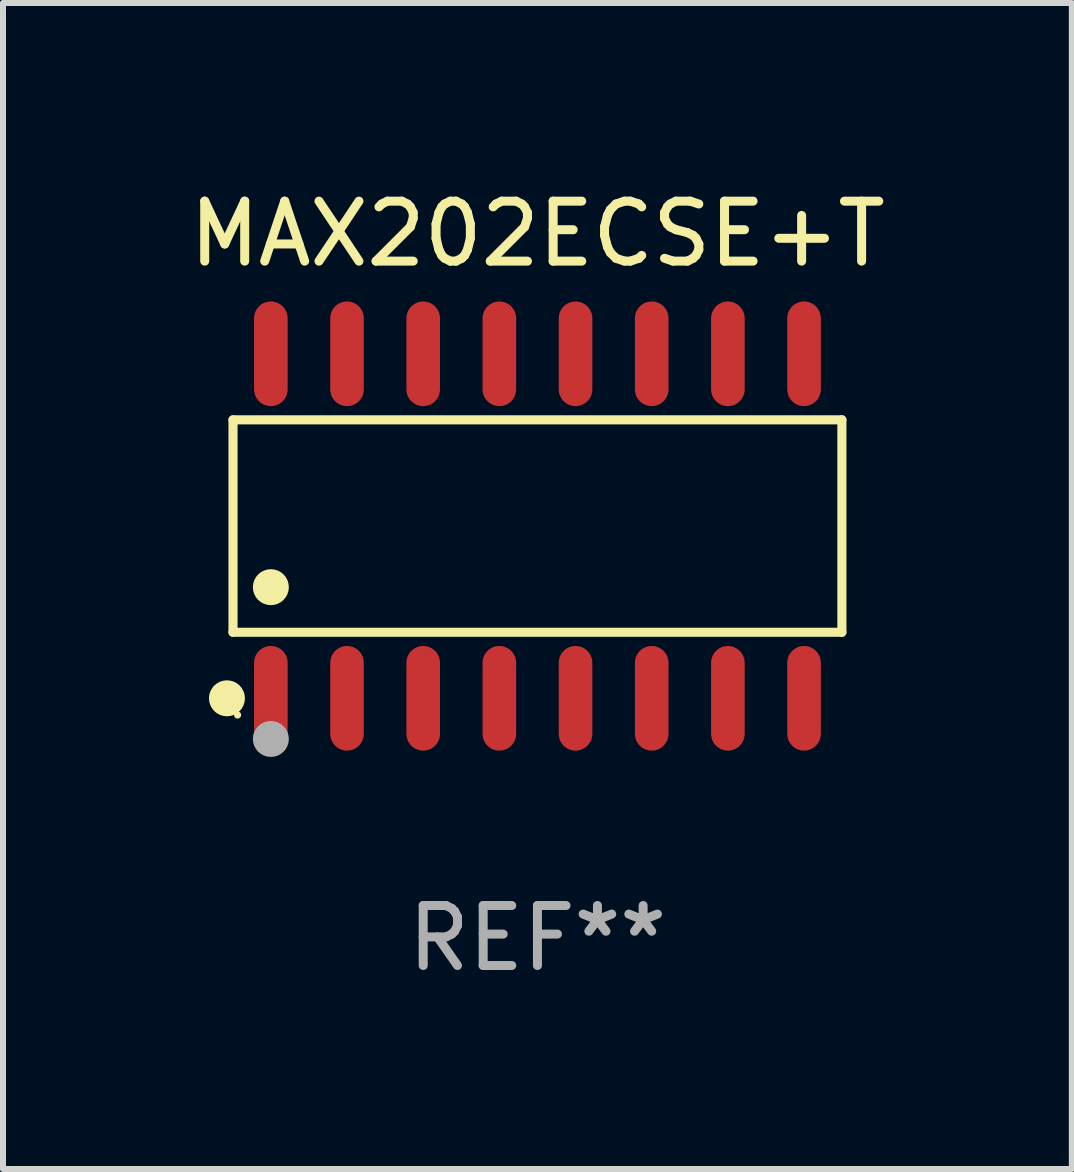
<source format=kicad_pcb>
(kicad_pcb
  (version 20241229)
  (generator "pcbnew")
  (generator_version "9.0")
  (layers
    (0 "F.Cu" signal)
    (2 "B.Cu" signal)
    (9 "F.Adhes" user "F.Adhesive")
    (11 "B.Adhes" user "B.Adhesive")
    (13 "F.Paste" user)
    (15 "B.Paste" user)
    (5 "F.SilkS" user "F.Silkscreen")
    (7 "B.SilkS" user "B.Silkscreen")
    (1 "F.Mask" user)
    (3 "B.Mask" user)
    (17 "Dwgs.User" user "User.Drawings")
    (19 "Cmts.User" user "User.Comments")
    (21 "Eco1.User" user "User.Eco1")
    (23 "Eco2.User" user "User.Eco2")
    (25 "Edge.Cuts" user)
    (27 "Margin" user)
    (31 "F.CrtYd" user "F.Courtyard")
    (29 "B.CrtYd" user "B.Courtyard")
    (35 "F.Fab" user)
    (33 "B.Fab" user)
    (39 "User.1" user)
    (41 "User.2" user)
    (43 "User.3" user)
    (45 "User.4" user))
  (footprint "MAX202ECSE+T"
    (layer "F.Cu")
    (at 5.911 5.721)
    (property "Reference" "MAX202ECSE+T" (at 0 -4.872 0) (layer "F.SilkS") (effects (font (size 1 1) (thickness 0.15))))
    (attr through_hole)
    (fp_line (start -5.076 -1.771) (end 5.076 -1.771) (stroke (width 0.152) (type solid)) (layer "F.SilkS"))
    (fp_line (start -5.076 1.771) (end -5.076 -1.771) (stroke (width 0.152) (type solid)) (layer "F.SilkS"))
    (fp_line (start 5.076 -1.771) (end 5.076 1.771) (stroke (width 0.152) (type solid)) (layer "F.SilkS"))
    (fp_line (start 5.076 1.771) (end -5.076 1.771) (stroke (width 0.152) (type solid)) (layer "F.SilkS"))
    (fp_circle (center -5.177 2.872) (end -5.027 2.872) (stroke (width 0.3) (type solid)) (fill no) (layer "F.SilkS"))
    (fp_circle (center -5 3.15) (end -4.97 3.15) (stroke (width 0.06) (type solid)) (fill no) (layer "F.SilkS"))
    (fp_circle (center -4.445 1.019) (end -4.295 1.019) (stroke (width 0.3) (type solid)) (fill no) (layer "F.SilkS"))
    (fp_circle (center -4.445 3.55) (end -4.295 3.55) (stroke (width 0.3) (type solid)) (fill no) (layer "F.Fab"))
    (fp_text user "REF**" (at 0 6.872 0) (layer "F.Fab") (effects (font (size 1 1) (thickness 0.15))))
    (pad "1" smd oval (at -4.445 2.872) (size 0.56 1.745) (layers "F.Cu" "F.Mask" "F.Paste"))
    (pad "2" smd oval (at -3.175 2.872) (size 0.56 1.745) (layers "F.Cu" "F.Mask" "F.Paste"))
    (pad "3" smd oval (at -1.905 2.872) (size 0.56 1.745) (layers "F.Cu" "F.Mask" "F.Paste"))
    (pad "4" smd oval (at -0.635 2.872) (size 0.56 1.745) (layers "F.Cu" "F.Mask" "F.Paste"))
    (pad "5" smd oval (at 0.635 2.872) (size 0.56 1.745) (layers "F.Cu" "F.Mask" "F.Paste"))
    (pad "6" smd oval (at 1.905 2.872) (size 0.56 1.745) (layers "F.Cu" "F.Mask" "F.Paste"))
    (pad "7" smd oval (at 3.175 2.872) (size 0.56 1.745) (layers "F.Cu" "F.Mask" "F.Paste"))
    (pad "8" smd oval (at 4.445 2.872) (size 0.56 1.745) (layers "F.Cu" "F.Mask" "F.Paste"))
    (pad "9" smd oval (at 4.445 -2.872) (size 0.56 1.745) (layers "F.Cu" "F.Mask" "F.Paste"))
    (pad "10" smd oval (at 3.175 -2.872) (size 0.56 1.745) (layers "F.Cu" "F.Mask" "F.Paste"))
    (pad "11" smd oval (at 1.905 -2.872) (size 0.56 1.745) (layers "F.Cu" "F.Mask" "F.Paste"))
    (pad "12" smd oval (at 0.635 -2.872) (size 0.56 1.745) (layers "F.Cu" "F.Mask" "F.Paste"))
    (pad "13" smd oval (at -0.635 -2.872) (size 0.56 1.745) (layers "F.Cu" "F.Mask" "F.Paste"))
    (pad "14" smd oval (at -1.905 -2.872) (size 0.56 1.745) (layers "F.Cu" "F.Mask" "F.Paste"))
    (pad "15" smd oval (at -3.175 -2.872) (size 0.56 1.745) (layers "F.Cu" "F.Mask" "F.Paste"))
    (pad "16" smd oval (at -4.445 -2.872) (size 0.56 1.745) (layers "F.Cu" "F.Mask" "F.Paste")))
  (gr_rect
    (start -3 -3)
    (end 14.821 16.441)
    (stroke (width 0.1) (type default))
    (fill no)
    (layer "Edge.Cuts")))
</source>
